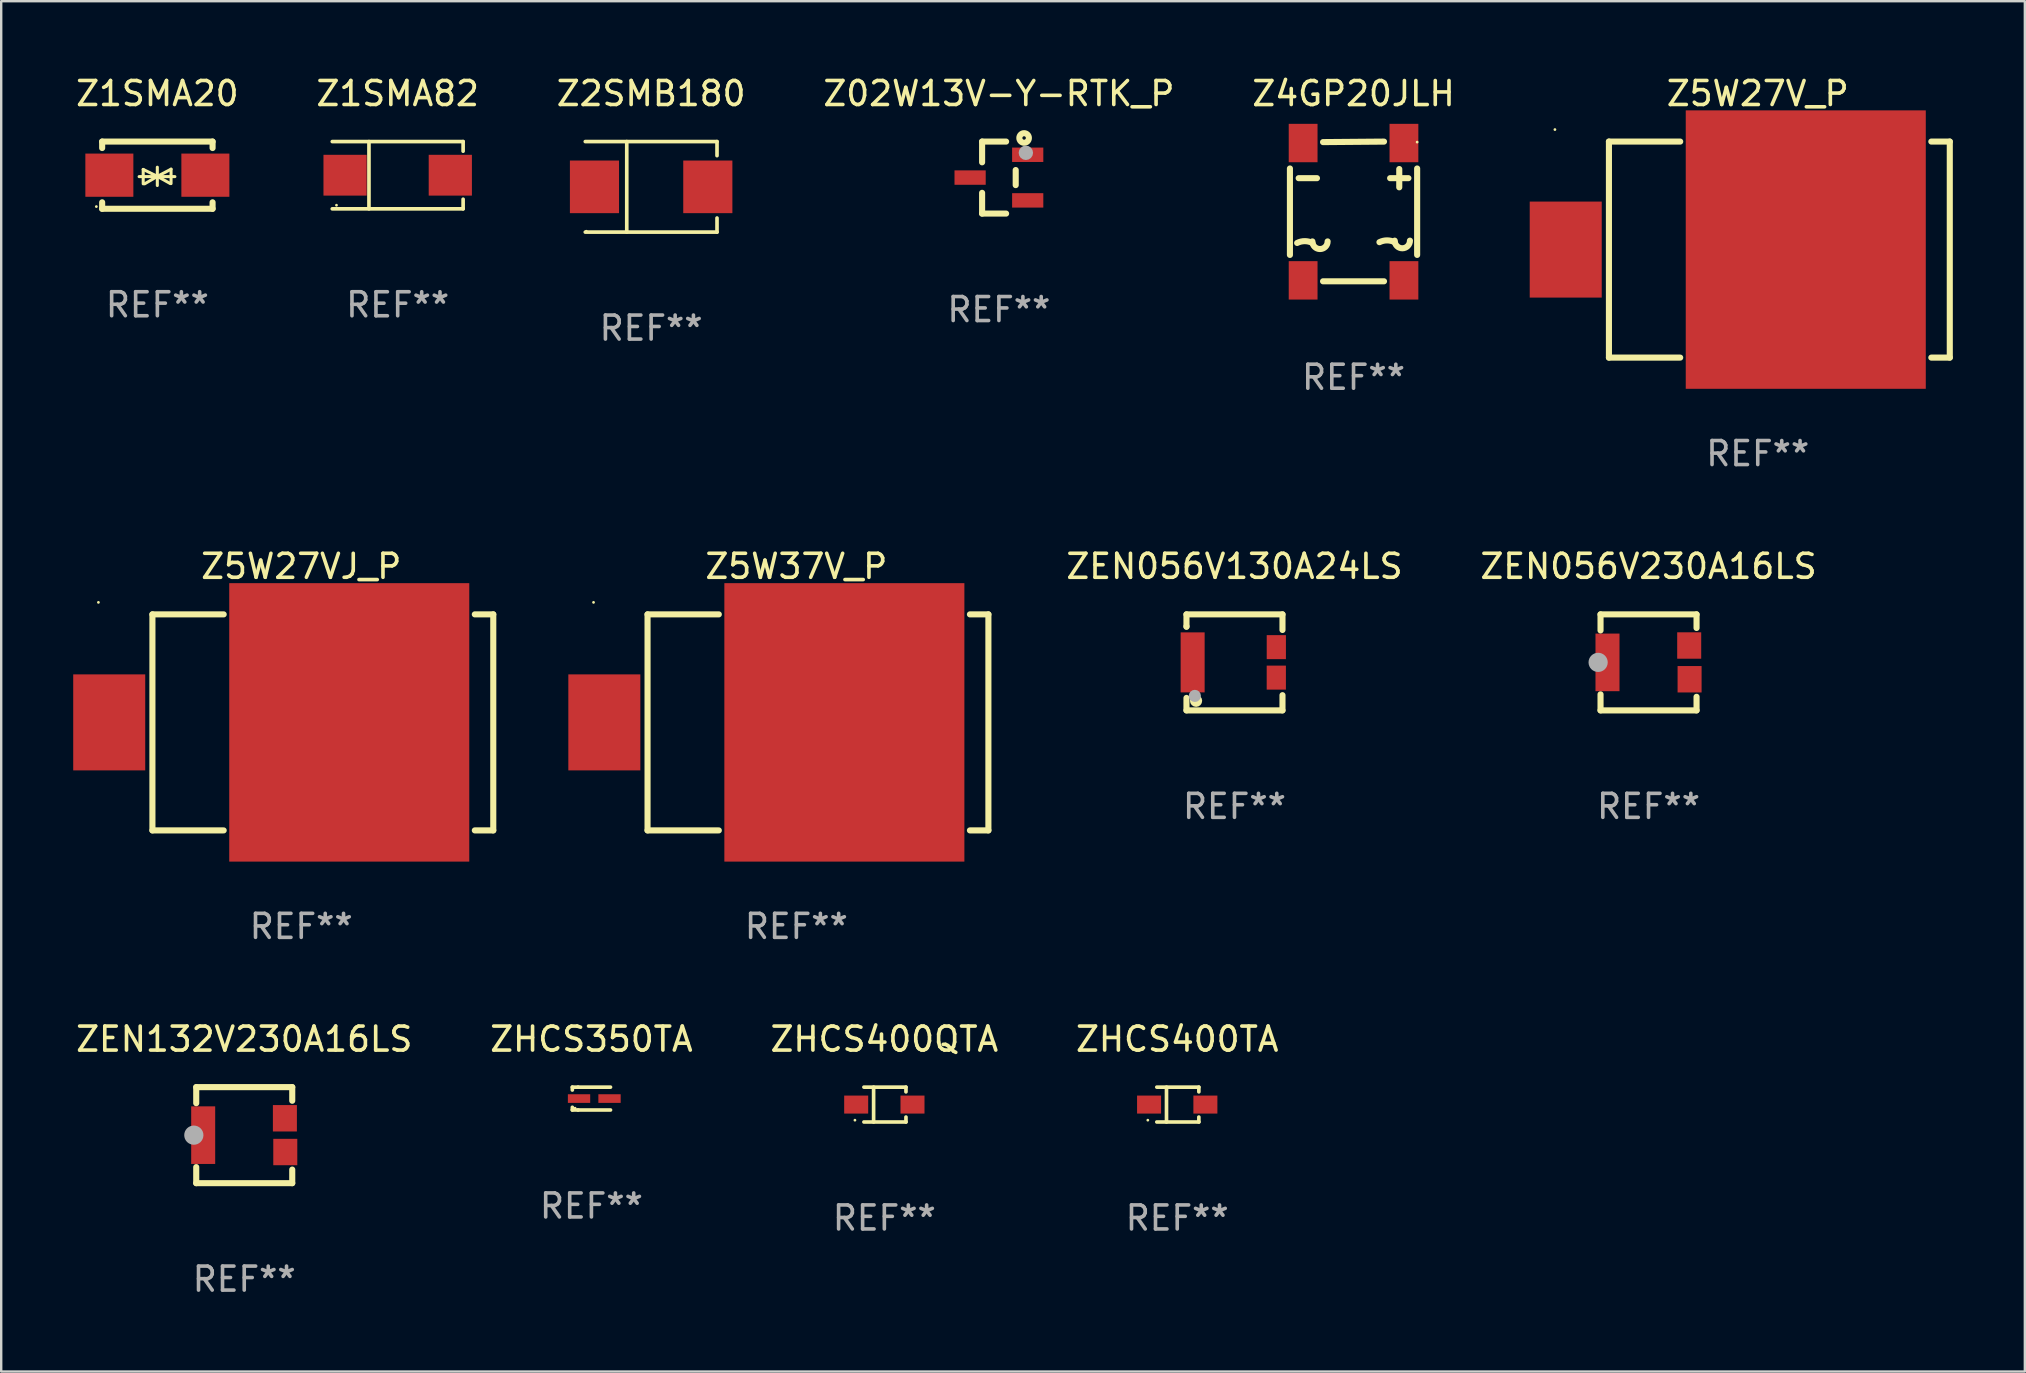
<source format=kicad_pcb>
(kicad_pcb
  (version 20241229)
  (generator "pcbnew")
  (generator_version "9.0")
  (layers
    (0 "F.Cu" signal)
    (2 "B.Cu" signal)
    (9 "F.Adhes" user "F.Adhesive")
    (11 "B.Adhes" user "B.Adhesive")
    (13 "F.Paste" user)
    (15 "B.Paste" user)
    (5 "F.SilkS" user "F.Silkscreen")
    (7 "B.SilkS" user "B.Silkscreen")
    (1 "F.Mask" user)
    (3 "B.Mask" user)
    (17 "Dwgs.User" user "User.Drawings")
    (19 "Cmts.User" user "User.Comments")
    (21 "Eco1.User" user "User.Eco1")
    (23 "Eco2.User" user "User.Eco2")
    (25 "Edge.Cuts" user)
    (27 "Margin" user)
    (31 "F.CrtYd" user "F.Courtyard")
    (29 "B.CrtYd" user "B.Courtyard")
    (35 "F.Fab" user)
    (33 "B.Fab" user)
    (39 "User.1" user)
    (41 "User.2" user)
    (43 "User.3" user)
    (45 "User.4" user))
  (footprint "ZHCS350TA"
    (layer "F.Cu")
    (at 21.589 42.717)
    (property "Reference" "ZHCS350TA" (at 0 -2.476 0) (layer "F.SilkS") (effects (font (size 1 1) (thickness 0.15))))
    (attr through_hole)
    (fp_line (start -0.795 -0.476) (end -0.795 -0.356) (stroke (width 0.152) (type solid)) (layer "F.SilkS"))
    (fp_line (start -0.795 0.363) (end -0.795 0.476) (stroke (width 0.152) (type solid)) (layer "F.SilkS"))
    (fp_line (start -0.795 0.476) (end -0.557 0.476) (stroke (width 0.152) (type solid)) (layer "F.SilkS"))
    (fp_line (start -0.557 -0.476) (end -0.795 -0.476) (stroke (width 0.152) (type solid)) (layer "F.SilkS"))
    (fp_line (start -0.557 -0.476) (end 0.795 -0.476) (stroke (width 0.152) (type solid)) (layer "F.SilkS"))
    (fp_line (start -0.557 0.476) (end 0.795 0.476) (stroke (width 0.152) (type solid)) (layer "F.SilkS"))
    (fp_circle (center -0.681 0.4) (end -0.651 0.4) (stroke (width 0.06) (type solid)) (fill no) (layer "F.SilkS"))
    (fp_text user "REF**" (at 0 4.476 0) (layer "F.Fab") (effects (font (size 1 1) (thickness 0.15))))
    (pad "1" smd rect (at -0.516 0 180) (size 0.93 0.36) (layers "F.Cu" "F.Mask" "F.Paste"))
    (pad "2" smd rect (at 0.754 0 180) (size 0.93 0.36) (layers "F.Cu" "F.Mask" "F.Paste")))
  (footprint "Z4GP20JLH"
    (layer "F.Cu")
    (at 53.339 5.759)
    (property "Reference" "Z4GP20JLH" (at 0 -4.91 0) (layer "F.SilkS") (effects (font (size 1 1) (thickness 0.15))))
    (attr through_hole)
    (fp_line (start -2.65 -1.79) (end -2.65 1.811) (stroke (width 0.254) (type solid)) (layer "F.SilkS"))
    (fp_line (start -2.286 -1.386) (end -1.524 -1.386) (stroke (width 0.254) (type solid)) (layer "F.SilkS"))
    (fp_line (start -1.27 -2.889) (end 1.27 -2.91) (stroke (width 0.254) (type solid)) (layer "F.SilkS"))
    (fp_line (start -1.27 2.91) (end 1.27 2.91) (stroke (width 0.254) (type solid)) (layer "F.SilkS"))
    (fp_line (start 1.524 -1.386) (end 2.286 -1.386) (stroke (width 0.254) (type solid)) (layer "F.SilkS"))
    (fp_line (start 1.905 -1.005) (end 1.905 -1.767) (stroke (width 0.254) (type solid)) (layer "F.SilkS"))
    (fp_line (start 2.65 -1.79) (end 2.65 1.811) (stroke (width 0.254) (type solid)) (layer "F.SilkS"))
    (fp_arc (start -2.34953 1.312268) (mid -2.032029 1.237316) (end -1.714529 1.312268) (stroke (width 0.254001) (type solid)) (layer "F.SilkS"))
    (fp_arc (start -1.079528 1.248768) (mid -1.397028 1.566268) (end -1.714528 1.248768) (stroke (width 0.254001) (type solid)) (layer "F.SilkS"))
    (fp_arc (start 1.079502 1.280518) (mid 1.397003 1.205566) (end 1.714503 1.280518) (stroke (width 0.254001) (type solid)) (layer "F.SilkS"))
    (fp_arc (start 2.349505 1.217018) (mid 2.032004 1.534519) (end 1.714503 1.217018) (stroke (width 0.254001) (type solid)) (layer "F.SilkS"))
    (fp_circle (center 2.65 -2.889) (end 2.68 -2.889) (stroke (width 0.06) (type solid)) (fill no) (layer "F.SilkS"))
    (fp_text user "REF**" (at 0 6.91 0) (layer "F.Fab") (effects (font (size 1 1) (thickness 0.15))))
    (pad "1" smd rect (at 2.1 -2.85) (size 1.2 1.6) (layers "F.Cu" "F.Mask" "F.Paste"))
    (pad "2" smd rect (at 2.1 2.871) (size 1.2 1.6) (layers "F.Cu" "F.Mask" "F.Paste"))
    (pad "3" smd rect (at -2.1 2.871) (size 1.2 1.6) (layers "F.Cu" "F.Mask" "F.Paste"))
    (pad "4" smd rect (at -2.1 -2.85) (size 1.2 1.6) (layers "F.Cu" "F.Mask" "F.Paste")))
  (footprint "ZHCS400TA"
    (layer "F.Cu")
    (at 45.994 42.967)
    (property "Reference" "ZHCS400TA" (at 0 -2.726 0) (layer "F.SilkS") (effects (font (size 1 1) (thickness 0.15))))
    (attr through_hole)
    (fp_line (start -0.851 -0.726) (end 0.901 -0.726) (stroke (width 0.152) (type solid)) (layer "F.SilkS"))
    (fp_line (start -0.851 0.726) (end 0.901 0.726) (stroke (width 0.152) (type solid)) (layer "F.SilkS"))
    (fp_line (start -0.447 -0.726) (end -0.447 0.726) (stroke (width 0.152) (type solid)) (layer "F.SilkS"))
    (fp_line (start 0.901 -0.726) (end 0.901 -0.53) (stroke (width 0.152) (type solid)) (layer "F.SilkS"))
    (fp_line (start 0.901 0.726) (end 0.901 0.52) (stroke (width 0.152) (type solid)) (layer "F.SilkS"))
    (fp_circle (center -1.225 0.65) (end -1.195 0.65) (stroke (width 0.06) (type solid)) (fill no) (layer "F.SilkS"))
    (fp_text user "REF**" (at 0 4.726 0) (layer "F.Fab") (effects (font (size 1 1) (thickness 0.15))))
    (pad "1" smd rect (at -1.173 0) (size 1 0.75) (layers "F.Cu" "F.Mask" "F.Paste"))
    (pad "2" smd rect (at 1.173 0) (size 1 0.75) (layers "F.Cu" "F.Mask" "F.Paste")))
  (footprint "ZEN056V130A24LS"
    (layer "F.Cu")
    (at 48.379 24.545)
    (property "Reference" "ZEN056V130A24LS" (at 0 -4 0) (layer "F.SilkS") (effects (font (size 1 1) (thickness 0.15))))
    (attr through_hole)
    (fp_line (start -2 -2) (end 2 -2) (stroke (width 0.254) (type solid)) (layer "F.SilkS"))
    (fp_line (start -2 -1.5) (end -2 -2) (stroke (width 0.254) (type solid)) (layer "F.SilkS"))
    (fp_line (start -2 -1.5) (end -2 -1.481) (stroke (width 0.254) (type solid)) (layer "F.SilkS"))
    (fp_line (start -2 1.481) (end -2 2) (stroke (width 0.254) (type solid)) (layer "F.SilkS"))
    (fp_line (start -2 2) (end 2 2) (stroke (width 0.254) (type solid)) (layer "F.SilkS"))
    (fp_line (start 2 -2) (end 2 -1.35) (stroke (width 0.254) (type solid)) (layer "F.SilkS"))
    (fp_line (start 2 2) (end 2 1.366) (stroke (width 0.254) (type solid)) (layer "F.SilkS"))
    (fp_circle (center -2 2) (end -1.97 2) (stroke (width 0.06) (type solid)) (fill no) (layer "F.SilkS"))
    (fp_circle (center -1.6 1.6) (end -1.473 1.6) (stroke (width 0.254) (type solid)) (fill no) (layer "F.SilkS"))
    (fp_circle (center -1.651 1.397) (end -1.524 1.397) (stroke (width 0.254) (type solid)) (fill no) (layer "F.Fab"))
    (fp_text user "REF**" (at 0 6 0) (layer "F.Fab") (effects (font (size 1 1) (thickness 0.15))))
    (pad "1" smd rect (at -1.743 0 90) (size 2.5 1) (layers "F.Cu" "F.Mask" "F.Paste"))
    (pad "2" smd rect (at 1.743 -0.635) (size 0.8 1) (layers "F.Cu" "F.Mask" "F.Paste"))
    (pad "3" smd rect (at 1.742 0.635) (size 0.8 1) (layers "F.Cu" "F.Mask" "F.Paste")))
  (footprint "Z02W13V-Y-RTK_P"
    (layer "F.Cu")
    (at 38.565 4.348)
    (property "Reference" "Z02W13V-Y-RTK_P" (at 0 -3.5 0) (layer "F.SilkS") (effects (font (size 1 1) (thickness 0.15))))
    (attr through_hole)
    (fp_line (start -0.7 -1.5) (end 0.3 -1.5) (stroke (width 0.254) (type solid)) (layer "F.SilkS"))
    (fp_line (start -0.7 -0.636) (end -0.7 -1.5) (stroke (width 0.254) (type solid)) (layer "F.SilkS"))
    (fp_line (start -0.7 1.5) (end -0.7 0.636) (stroke (width 0.254) (type solid)) (layer "F.SilkS"))
    (fp_line (start -0.7 1.5) (end 0.3 1.5) (stroke (width 0.254) (type solid)) (layer "F.SilkS"))
    (fp_line (start 0.7 0.314) (end 0.7 -0.314) (stroke (width 0.254) (type solid)) (layer "F.SilkS"))
    (fp_circle (center 1.05 -1.65) (end 1.122 -1.65) (stroke (width 0.254) (type solid)) (fill no) (layer "F.SilkS"))
    (fp_circle (center 1.2 -1.45) (end 1.23 -1.45) (stroke (width 0.06) (type solid)) (fill no) (layer "F.SilkS"))
    (fp_circle (center 1.123 -1.032) (end 1.273 -1.032) (stroke (width 0.3) (type solid)) (fill no) (layer "F.Fab"))
    (fp_text user "REF**" (at 0 5.5 0) (layer "F.Fab") (effects (font (size 1 1) (thickness 0.15))))
    (pad "1" smd rect (at 1.2 -0.95 180) (size 1.3 0.6) (layers "F.Cu" "F.Mask" "F.Paste"))
    (pad "2" smd rect (at 1.2 0.95 180) (size 1.3 0.6) (layers "F.Cu" "F.Mask" "F.Paste"))
    (pad "3" smd rect (at -1.2 -0.000051 180) (size 1.3 0.6) (layers "F.Cu" "F.Mask" "F.Paste")))
  (footprint "Z1SMA20"
    (layer "F.Cu")
    (at 3.506 4.248)
    (property "Reference" "Z1SMA20" (at 0 -3.4 0) (layer "F.SilkS") (effects (font (size 1 1) (thickness 0.15))))
    (attr through_hole)
    (fp_line (start -2.3 -1.4) (end -2.3 -1.131) (stroke (width 0.254) (type solid)) (layer "F.SilkS"))
    (fp_line (start -2.3 -1.4) (end 2.3 -1.4) (stroke (width 0.254) (type solid)) (layer "F.SilkS"))
    (fp_line (start -2.3 1.131) (end -2.3 1.4) (stroke (width 0.254) (type solid)) (layer "F.SilkS"))
    (fp_line (start -2.3 1.4) (end 2.3 1.4) (stroke (width 0.254) (type solid)) (layer "F.SilkS"))
    (fp_line (start -0.76 0.06) (end 0.73 0.06) (stroke (width 0.127) (type solid)) (layer "F.SilkS"))
    (fp_line (start -0.59 -0.24) (end -0.59 0.36) (stroke (width 0.127) (type solid)) (layer "F.SilkS"))
    (fp_line (start -0.59 -0.24) (end -0.002 0.049) (stroke (width 0.127) (type solid)) (layer "F.SilkS"))
    (fp_line (start -0.53 0.36) (end -0.002 0.049) (stroke (width 0.127) (type solid)) (layer "F.SilkS"))
    (fp_line (start -0.002 0.049) (end -0.002 -0.332) (stroke (width 0.127) (type solid)) (layer "F.SilkS"))
    (fp_line (start -0.002 0.049) (end -0.002 0.43) (stroke (width 0.127) (type solid)) (layer "F.SilkS"))
    (fp_line (start 0.54 0.35) (end -0.002 0.049) (stroke (width 0.127) (type solid)) (layer "F.SilkS"))
    (fp_line (start 0.57 -0.25) (end -0.002 0.049) (stroke (width 0.127) (type solid)) (layer "F.SilkS"))
    (fp_line (start 0.57 -0.25) (end 0.57 0.35) (stroke (width 0.127) (type solid)) (layer "F.SilkS"))
    (fp_line (start 2.3 -1.4) (end 2.3 -1.131) (stroke (width 0.254) (type solid)) (layer "F.SilkS"))
    (fp_line (start 2.3 1.131) (end 2.3 1.4) (stroke (width 0.254) (type solid)) (layer "F.SilkS"))
    (fp_circle (center -2.542 1.308) (end -2.512 1.308) (stroke (width 0.06) (type solid)) (fill no) (layer "F.SilkS"))
    (fp_text user "REF**" (at 0 5.4 0) (layer "F.Fab") (effects (font (size 1 1) (thickness 0.15))))
    (pad "1" smd rect (at -2 0) (size 2 1.8) (layers "F.Cu" "F.Mask" "F.Paste"))
    (pad "2" smd rect (at 2 0) (size 2 1.8) (layers "F.Cu" "F.Mask" "F.Paste")))
  (footprint "ZEN056V230A16LS"
    (layer "F.Cu")
    (at 65.629 24.545)
    (property "Reference" "ZEN056V230A16LS" (at 0 -4 0) (layer "F.SilkS") (effects (font (size 1 1) (thickness 0.15))))
    (attr through_hole)
    (fp_line (start -2 -2) (end 2 -2) (stroke (width 0.254) (type solid)) (layer "F.SilkS"))
    (fp_line (start -2 -1.331) (end -2 -2) (stroke (width 0.254) (type solid)) (layer "F.SilkS"))
    (fp_line (start -2 2) (end -2 1.331) (stroke (width 0.254) (type solid)) (layer "F.SilkS"))
    (fp_line (start 2 -2) (end 2 -1.433) (stroke (width 0.254) (type solid)) (layer "F.SilkS"))
    (fp_line (start 2 1.434) (end 2 2) (stroke (width 0.254) (type solid)) (layer "F.SilkS"))
    (fp_line (start 2 2) (end -2 2) (stroke (width 0.254) (type solid)) (layer "F.SilkS"))
    (fp_circle (center -2 2) (end -1.97 2) (stroke (width 0.06) (type solid)) (fill no) (layer "F.SilkS"))
    (fp_circle (center -2.1 0) (end -1.9 0) (stroke (width 0.4) (type solid)) (fill no) (layer "F.Fab"))
    (fp_text user "REF**" (at 0 6 0) (layer "F.Fab") (effects (font (size 1 1) (thickness 0.15))))
    (pad "1" smd rect (at -1.71 0) (size 1 2.4) (layers "F.Cu" "F.Mask" "F.Paste"))
    (pad "2" smd rect (at 1.694 -0.703) (size 1 1.1) (layers "F.Cu" "F.Mask" "F.Paste"))
    (pad "3" smd rect (at 1.71 0.703) (size 1 1.1) (layers "F.Cu" "F.Mask" "F.Paste")))
  (footprint "ZEN132V230A16LS"
    (layer "F.Cu")
    (at 7.125 44.241)
    (property "Reference" "ZEN132V230A16LS" (at 0 -4 0) (layer "F.SilkS") (effects (font (size 1 1) (thickness 0.15))))
    (attr through_hole)
    (fp_line (start -2 -2) (end 2 -2) (stroke (width 0.254) (type solid)) (layer "F.SilkS"))
    (fp_line (start -2 -1.331) (end -2 -2) (stroke (width 0.254) (type solid)) (layer "F.SilkS"))
    (fp_line (start -2 2) (end -2 1.331) (stroke (width 0.254) (type solid)) (layer "F.SilkS"))
    (fp_line (start 2 -2) (end 2 -1.433) (stroke (width 0.254) (type solid)) (layer "F.SilkS"))
    (fp_line (start 2 1.434) (end 2 2) (stroke (width 0.254) (type solid)) (layer "F.SilkS"))
    (fp_line (start 2 2) (end -2 2) (stroke (width 0.254) (type solid)) (layer "F.SilkS"))
    (fp_circle (center -2 2) (end -1.97 2) (stroke (width 0.06) (type solid)) (fill no) (layer "F.SilkS"))
    (fp_circle (center -2.1 0) (end -1.9 0) (stroke (width 0.4) (type solid)) (fill no) (layer "F.Fab"))
    (fp_text user "REF**" (at 0 6 0) (layer "F.Fab") (effects (font (size 1 1) (thickness 0.15))))
    (pad "1" smd rect (at -1.71 0) (size 1 2.4) (layers "F.Cu" "F.Mask" "F.Paste"))
    (pad "2" smd rect (at 1.694 -0.703) (size 1 1.1) (layers "F.Cu" "F.Mask" "F.Paste"))
    (pad "3" smd rect (at 1.71 0.703) (size 1 1.1) (layers "F.Cu" "F.Mask" "F.Paste")))
  (footprint "Z5W37V_P"
    (layer "F.Cu")
    (at 30.127 27.045)
    (property "Reference" "Z5W37V_P" (at 0 -6.5 0) (layer "F.SilkS") (effects (font (size 1 1) (thickness 0.15))))
    (attr through_hole)
    (fp_line (start -6.2 -4.5) (end -6.2 4.5) (stroke (width 0.254) (type solid)) (layer "F.SilkS"))
    (fp_line (start -6.2 -4.5) (end -3.231 -4.5) (stroke (width 0.254) (type solid)) (layer "F.SilkS"))
    (fp_line (start -6.2 4.5) (end -3.231 4.5) (stroke (width 0.254) (type solid)) (layer "F.SilkS"))
    (fp_line (start 7.231 -4.5) (end 8 -4.5) (stroke (width 0.254) (type solid)) (layer "F.SilkS"))
    (fp_line (start 7.231 4.5) (end 8 4.5) (stroke (width 0.254) (type solid)) (layer "F.SilkS"))
    (fp_line (start 8 -4.5) (end 8 4.5) (stroke (width 0.254) (type solid)) (layer "F.SilkS"))
    (fp_circle (center -8.45 -5) (end -8.42 -5) (stroke (width 0.06) (type solid)) (fill no) (layer "F.SilkS"))
    (fp_text user "REF**" (at 0 8.5 0) (layer "F.Fab") (effects (font (size 1 1) (thickness 0.15))))
    (pad "1" smd rect (at -8 -0.000076 180) (size 3 4) (layers "F.Cu" "F.Mask" "F.Paste"))
    (pad "2" smd rect (at 2 -0.000076 180) (size 10 11.6) (layers "F.Cu" "F.Mask" "F.Paste")))
  (footprint "Z5W27VJ_P"
    (layer "F.Cu")
    (at 9.5 27.045)
    (property "Reference" "Z5W27VJ_P" (at 0 -6.5 0) (layer "F.SilkS") (effects (font (size 1 1) (thickness 0.15))))
    (attr through_hole)
    (fp_line (start -6.2 -4.5) (end -6.2 4.5) (stroke (width 0.254) (type solid)) (layer "F.SilkS"))
    (fp_line (start -6.2 -4.5) (end -3.231 -4.5) (stroke (width 0.254) (type solid)) (layer "F.SilkS"))
    (fp_line (start -6.2 4.5) (end -3.231 4.5) (stroke (width 0.254) (type solid)) (layer "F.SilkS"))
    (fp_line (start 7.231 -4.5) (end 8 -4.5) (stroke (width 0.254) (type solid)) (layer "F.SilkS"))
    (fp_line (start 7.231 4.5) (end 8 4.5) (stroke (width 0.254) (type solid)) (layer "F.SilkS"))
    (fp_line (start 8 -4.5) (end 8 4.5) (stroke (width 0.254) (type solid)) (layer "F.SilkS"))
    (fp_circle (center -8.45 -5) (end -8.42 -5) (stroke (width 0.06) (type solid)) (fill no) (layer "F.SilkS"))
    (fp_text user "REF**" (at 0 8.5 0) (layer "F.Fab") (effects (font (size 1 1) (thickness 0.15))))
    (pad "1" smd rect (at -8 -0.000076 180) (size 3 4) (layers "F.Cu" "F.Mask" "F.Paste"))
    (pad "2" smd rect (at 2 -0.000076 180) (size 10 11.6) (layers "F.Cu" "F.Mask" "F.Paste")))
  (footprint "Z2SMB180"
    (layer "F.Cu")
    (at 24.077 4.734)
    (property "Reference" "Z2SMB180" (at 0 -3.886 0) (layer "F.SilkS") (effects (font (size 1 1) (thickness 0.15))))
    (attr through_hole)
    (fp_line (start -2.744 -1.886) (end 2.744 -1.886) (stroke (width 0.152) (type solid)) (layer "F.SilkS"))
    (fp_line (start -2.744 1.886) (end 2.744 1.886) (stroke (width 0.152) (type solid)) (layer "F.SilkS"))
    (fp_line (start -1.016 -1.886) (end -1.016 1.886) (stroke (width 0.152) (type solid)) (layer "F.SilkS"))
    (fp_line (start 2.744 -1.886) (end 2.744 -1.299) (stroke (width 0.152) (type solid)) (layer "F.SilkS"))
    (fp_line (start 2.744 1.886) (end 2.744 1.299) (stroke (width 0.152) (type solid)) (layer "F.SilkS"))
    (fp_circle (center -2.7 1.85) (end -2.67 1.85) (stroke (width 0.06) (type solid)) (fill no) (layer "F.SilkS"))
    (fp_text user "REF**" (at 0 5.886 0) (layer "F.Fab") (effects (font (size 1 1) (thickness 0.15))))
    (pad "1" smd rect (at -2.361 0) (size 2.047 2.192) (layers "F.Cu" "F.Mask" "F.Paste"))
    (pad "2" smd rect (at 2.361 0) (size 2.047 2.192) (layers "F.Cu" "F.Mask" "F.Paste")))
  (footprint "Z1SMA82"
    (layer "F.Cu")
    (at 13.518 4.249)
    (property "Reference" "Z1SMA82" (at 0 -3.401 0) (layer "F.SilkS") (effects (font (size 1 1) (thickness 0.15))))
    (attr through_hole)
    (fp_line (start -2.726 -1.401) (end 2.726 -1.401) (stroke (width 0.152) (type solid)) (layer "F.SilkS"))
    (fp_line (start -2.726 1.401) (end 2.726 1.401) (stroke (width 0.152) (type solid)) (layer "F.SilkS"))
    (fp_line (start -1.197 -1.401) (end -1.197 1.401) (stroke (width 0.152) (type solid)) (layer "F.SilkS"))
    (fp_line (start 2.726 -1.401) (end 2.726 -1) (stroke (width 0.152) (type solid)) (layer "F.SilkS"))
    (fp_line (start 2.726 1.401) (end 2.726 1) (stroke (width 0.152) (type solid)) (layer "F.SilkS"))
    (fp_circle (center -2.55 1.25) (end -2.52 1.25) (stroke (width 0.06) (type solid)) (fill no) (layer "F.SilkS"))
    (fp_text user "REF**" (at 0 5.401 0) (layer "F.Fab") (effects (font (size 1 1) (thickness 0.15))))
    (pad "1" smd rect (at -2.192 0) (size 1.8 1.7) (layers "F.Cu" "F.Mask" "F.Paste"))
    (pad "2" smd rect (at 2.192 0) (size 1.8 1.7) (layers "F.Cu" "F.Mask" "F.Paste")))
  (footprint "ZHCS400QTA"
    (layer "F.Cu")
    (at 33.792 42.967)
    (property "Reference" "ZHCS400QTA" (at 0 -2.726 0) (layer "F.SilkS") (effects (font (size 1 1) (thickness 0.15))))
    (attr through_hole)
    (fp_line (start -0.851 -0.726) (end 0.901 -0.726) (stroke (width 0.152) (type solid)) (layer "F.SilkS"))
    (fp_line (start -0.851 0.726) (end 0.901 0.726) (stroke (width 0.152) (type solid)) (layer "F.SilkS"))
    (fp_line (start -0.447 -0.726) (end -0.447 0.726) (stroke (width 0.152) (type solid)) (layer "F.SilkS"))
    (fp_line (start 0.901 -0.726) (end 0.901 -0.53) (stroke (width 0.152) (type solid)) (layer "F.SilkS"))
    (fp_line (start 0.901 0.726) (end 0.901 0.52) (stroke (width 0.152) (type solid)) (layer "F.SilkS"))
    (fp_circle (center -1.225 0.65) (end -1.195 0.65) (stroke (width 0.06) (type solid)) (fill no) (layer "F.SilkS"))
    (fp_text user "REF**" (at 0 4.726 0) (layer "F.Fab") (effects (font (size 1 1) (thickness 0.15))))
    (pad "1" smd rect (at -1.173 0) (size 1 0.75) (layers "F.Cu" "F.Mask" "F.Paste"))
    (pad "2" smd rect (at 1.173 0) (size 1 0.75) (layers "F.Cu" "F.Mask" "F.Paste")))
  (footprint "Z5W27V_P"
    (layer "F.Cu")
    (at 70.179 7.348)
    (property "Reference" "Z5W27V_P" (at 0 -6.5 0) (layer "F.SilkS") (effects (font (size 1 1) (thickness 0.15))))
    (attr through_hole)
    (fp_line (start -6.2 -4.5) (end -6.2 4.5) (stroke (width 0.254) (type solid)) (layer "F.SilkS"))
    (fp_line (start -6.2 -4.5) (end -3.231 -4.5) (stroke (width 0.254) (type solid)) (layer "F.SilkS"))
    (fp_line (start -6.2 4.5) (end -3.231 4.5) (stroke (width 0.254) (type solid)) (layer "F.SilkS"))
    (fp_line (start 7.231 -4.5) (end 8 -4.5) (stroke (width 0.254) (type solid)) (layer "F.SilkS"))
    (fp_line (start 7.231 4.5) (end 8 4.5) (stroke (width 0.254) (type solid)) (layer "F.SilkS"))
    (fp_line (start 8 -4.5) (end 8 4.5) (stroke (width 0.254) (type solid)) (layer "F.SilkS"))
    (fp_circle (center -8.45 -5) (end -8.42 -5) (stroke (width 0.06) (type solid)) (fill no) (layer "F.SilkS"))
    (fp_text user "REF**" (at 0 8.5 0) (layer "F.Fab") (effects (font (size 1 1) (thickness 0.15))))
    (pad "1" smd rect (at -8 -0.000076 180) (size 3 4) (layers "F.Cu" "F.Mask" "F.Paste"))
    (pad "2" smd rect (at 2 -0.000076 180) (size 10 11.6) (layers "F.Cu" "F.Mask" "F.Paste")))
  (gr_rect
    (start -3 -3)
    (end 81.306 54.09)
    (stroke (width 0.1) (type default))
    (fill no)
    (layer "Edge.Cuts")))
</source>
